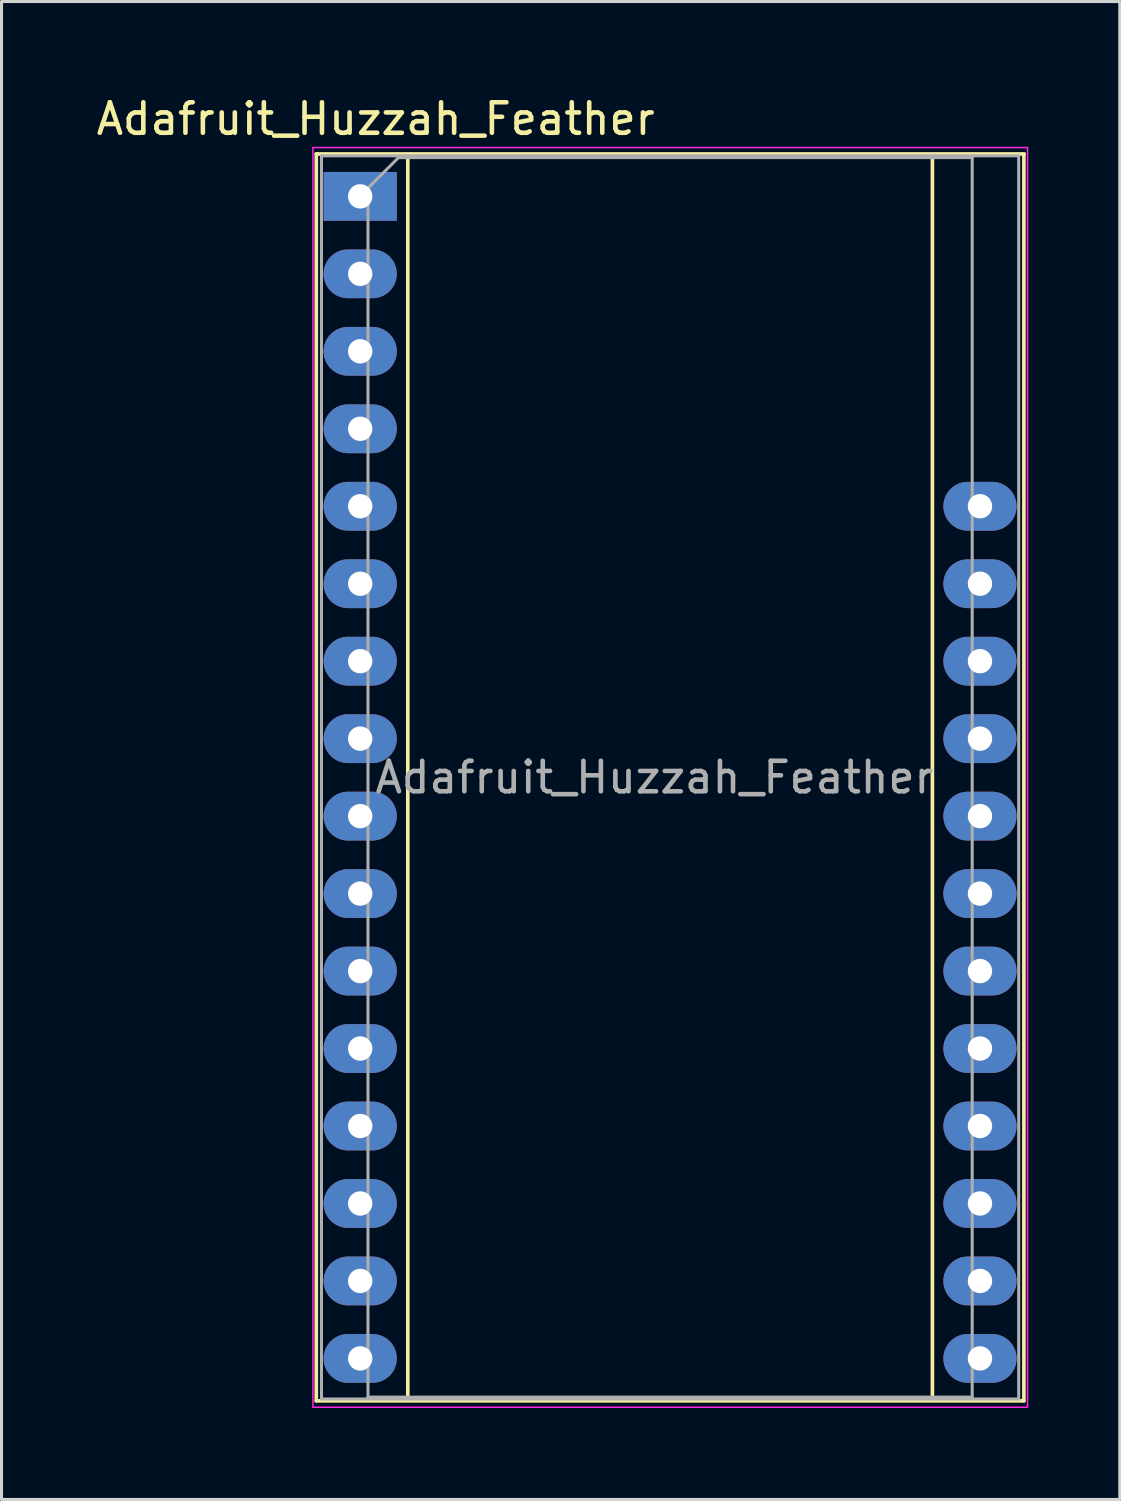
<source format=kicad_pcb>
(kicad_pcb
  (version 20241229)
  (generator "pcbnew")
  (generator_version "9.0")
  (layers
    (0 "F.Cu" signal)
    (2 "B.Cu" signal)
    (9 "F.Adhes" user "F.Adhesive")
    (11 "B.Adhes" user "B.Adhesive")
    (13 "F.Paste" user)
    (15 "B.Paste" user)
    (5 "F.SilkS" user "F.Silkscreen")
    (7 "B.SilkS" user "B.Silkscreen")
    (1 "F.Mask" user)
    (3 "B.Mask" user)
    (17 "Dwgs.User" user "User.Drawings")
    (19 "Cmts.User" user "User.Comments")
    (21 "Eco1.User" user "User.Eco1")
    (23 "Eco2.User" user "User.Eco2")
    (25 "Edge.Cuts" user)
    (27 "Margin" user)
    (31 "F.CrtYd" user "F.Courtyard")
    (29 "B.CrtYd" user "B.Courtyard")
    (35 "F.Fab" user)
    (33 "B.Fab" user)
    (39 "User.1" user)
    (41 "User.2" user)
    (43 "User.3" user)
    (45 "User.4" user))
  (footprint "Adafruit_Huzzah_Feather"
    (layer "F.Cu")
    (at 8.76 3.388)
    (property "Reference" "Adafruit_Huzzah_Feather" (at 0.508 -2.54 0) (layer "F.SilkS") (effects (font (size 1 1) (thickness 0.15))))
    (attr through_hole)
    (fp_line (start -1.44 -1.39) (end -1.44 39.49) (stroke (width 0.12) (type solid)) (layer "F.SilkS"))
    (fp_line (start -1.44 39.49) (end 21.76 39.49) (stroke (width 0.12) (type solid)) (layer "F.SilkS"))
    (fp_line (start 1.56 -1.33) (end 1.56 39.43) (stroke (width 0.12) (type solid)) (layer "F.SilkS"))
    (fp_line (start 1.56 39.43) (end 18.771 39.43) (stroke (width 0.12) (type solid)) (layer "F.SilkS"))
    (fp_line (start 8.687 -1.33) (end 1.56 -1.33) (stroke (width 0.12) (type solid)) (layer "F.SilkS"))
    (fp_line (start 18.76 -1.33) (end 8.62 -1.33) (stroke (width 0.12) (type solid)) (layer "F.SilkS"))
    (fp_line (start 18.76 39.43) (end 18.76 -1.33) (stroke (width 0.12) (type solid)) (layer "F.SilkS"))
    (fp_line (start 21.76 39.49) (end 21.76 -1.39) (stroke (width 0.12) (type solid)) (layer "F.SilkS"))
    (fp_line (start 21.768 -1.39) (end -1.44 -1.39) (stroke (width 0.12) (type solid)) (layer "F.SilkS"))
    (fp_line (start -1.55 -1.6) (end -1.55 39.7) (stroke (width 0.05) (type solid)) (layer "F.CrtYd"))
    (fp_line (start -1.55 39.7) (end 21.869 39.7) (stroke (width 0.05) (type solid)) (layer "F.CrtYd"))
    (fp_line (start 21.88 -1.6) (end -1.55 -1.6) (stroke (width 0.05) (type solid)) (layer "F.CrtYd"))
    (fp_line (start 21.88 39.7) (end 21.88 -1.6) (stroke (width 0.05) (type solid)) (layer "F.CrtYd"))
    (fp_line (start -1.27 -1.33) (end -1.27 39.43) (stroke (width 0.1) (type solid)) (layer "F.Fab"))
    (fp_line (start -1.27 39.43) (end 21.59 39.43) (stroke (width 0.1) (type solid)) (layer "F.Fab"))
    (fp_line (start 0.255 -0.27) (end 1.255 -1.27) (stroke (width 0.1) (type solid)) (layer "F.Fab"))
    (fp_line (start 0.255 39.37) (end 0.255 -0.27) (stroke (width 0.1) (type solid)) (layer "F.Fab"))
    (fp_line (start 1.255 -1.27) (end 20.066 -1.27) (stroke (width 0.1) (type solid)) (layer "F.Fab"))
    (fp_line (start 20.065 -1.27) (end 20.065 39.37) (stroke (width 0.1) (type solid)) (layer "F.Fab"))
    (fp_line (start 20.066 39.37) (end 0.255 39.37) (stroke (width 0.1) (type solid)) (layer "F.Fab"))
    (fp_line (start 21.59 -1.33) (end -1.27 -1.33) (stroke (width 0.1) (type solid)) (layer "F.Fab"))
    (fp_line (start 21.59 39.43) (end 21.59 -1.33) (stroke (width 0.1) (type solid)) (layer "F.Fab"))
    (fp_text user "${REFERENCE}" (at 9.652 19.05 0) (layer "F.Fab") (effects (font (size 1 1) (thickness 0.15))))
    (pad "1" thru_hole rect (at 0 0) (size 2.4 1.6) (drill 0.8) (layers "*.Cu" "*.Mask"))
    (pad "2" thru_hole oval (at 0 2.54) (size 2.4 1.6) (drill 0.8) (layers "*.Cu" "*.Mask"))
    (pad "3" thru_hole oval (at 0 5.08) (size 2.4 1.6) (drill 0.8) (layers "*.Cu" "*.Mask"))
    (pad "4" thru_hole oval (at 0 7.62) (size 2.4 1.6) (drill 0.8) (layers "*.Cu" "*.Mask"))
    (pad "5" thru_hole oval (at 0 10.16) (size 2.4 1.6) (drill 0.8) (layers "*.Cu" "*.Mask"))
    (pad "6" thru_hole oval (at 0 12.7) (size 2.4 1.6) (drill 0.8) (layers "*.Cu" "*.Mask"))
    (pad "7" thru_hole oval (at 0 15.24) (size 2.4 1.6) (drill 0.8) (layers "*.Cu" "*.Mask"))
    (pad "8" thru_hole oval (at 0 17.78) (size 2.4 1.6) (drill 0.8) (layers "*.Cu" "*.Mask"))
    (pad "9" thru_hole oval (at 0 20.32) (size 2.4 1.6) (drill 0.8) (layers "*.Cu" "*.Mask"))
    (pad "10" thru_hole oval (at 0 22.86) (size 2.4 1.6) (drill 0.8) (layers "*.Cu" "*.Mask"))
    (pad "11" thru_hole oval (at 0 25.4) (size 2.4 1.6) (drill 0.8) (layers "*.Cu" "*.Mask"))
    (pad "12" thru_hole oval (at 0 27.94) (size 2.4 1.6) (drill 0.8) (layers "*.Cu" "*.Mask"))
    (pad "13" thru_hole oval (at 0 30.48) (size 2.4 1.6) (drill 0.8) (layers "*.Cu" "*.Mask"))
    (pad "14" thru_hole oval (at 0 33.02) (size 2.4 1.6) (drill 0.8) (layers "*.Cu" "*.Mask"))
    (pad "15" thru_hole oval (at 0 35.56) (size 2.4 1.6) (drill 0.8) (layers "*.Cu" "*.Mask"))
    (pad "16" thru_hole oval (at 0 38.1) (size 2.4 1.6) (drill 0.8) (layers "*.Cu" "*.Mask"))
    (pad "17" thru_hole oval (at 20.32 38.1) (size 2.4 1.6) (drill 0.8) (layers "*.Cu" "*.Mask"))
    (pad "18" thru_hole oval (at 20.32 35.56) (size 2.4 1.6) (drill 0.8) (layers "*.Cu" "*.Mask"))
    (pad "19" thru_hole oval (at 20.32 33.02) (size 2.4 1.6) (drill 0.8) (layers "*.Cu" "*.Mask"))
    (pad "20" thru_hole oval (at 20.32 30.48) (size 2.4 1.6) (drill 0.8) (layers "*.Cu" "*.Mask"))
    (pad "21" thru_hole oval (at 20.32 27.94) (size 2.4 1.6) (drill 0.8) (layers "*.Cu" "*.Mask"))
    (pad "22" thru_hole oval (at 20.32 25.4) (size 2.4 1.6) (drill 0.8) (layers "*.Cu" "*.Mask"))
    (pad "23" thru_hole oval (at 20.32 22.86) (size 2.4 1.6) (drill 0.8) (layers "*.Cu" "*.Mask"))
    (pad "24" thru_hole oval (at 20.32 20.32) (size 2.4 1.6) (drill 0.8) (layers "*.Cu" "*.Mask"))
    (pad "25" thru_hole oval (at 20.32 17.78) (size 2.4 1.6) (drill 0.8) (layers "*.Cu" "*.Mask"))
    (pad "26" thru_hole oval (at 20.32 15.24) (size 2.4 1.6) (drill 0.8) (layers "*.Cu" "*.Mask"))
    (pad "27" thru_hole oval (at 20.32 12.7) (size 2.4 1.6) (drill 0.8) (layers "*.Cu" "*.Mask"))
    (pad "28" thru_hole oval (at 20.32 10.16) (size 2.4 1.6) (drill 0.8) (layers "*.Cu" "*.Mask")))
  (gr_rect
    (start -3 -3)
    (end 33.665 46.113)
    (stroke (width 0.1) (type default))
    (fill no)
    (layer "Edge.Cuts")))
</source>
